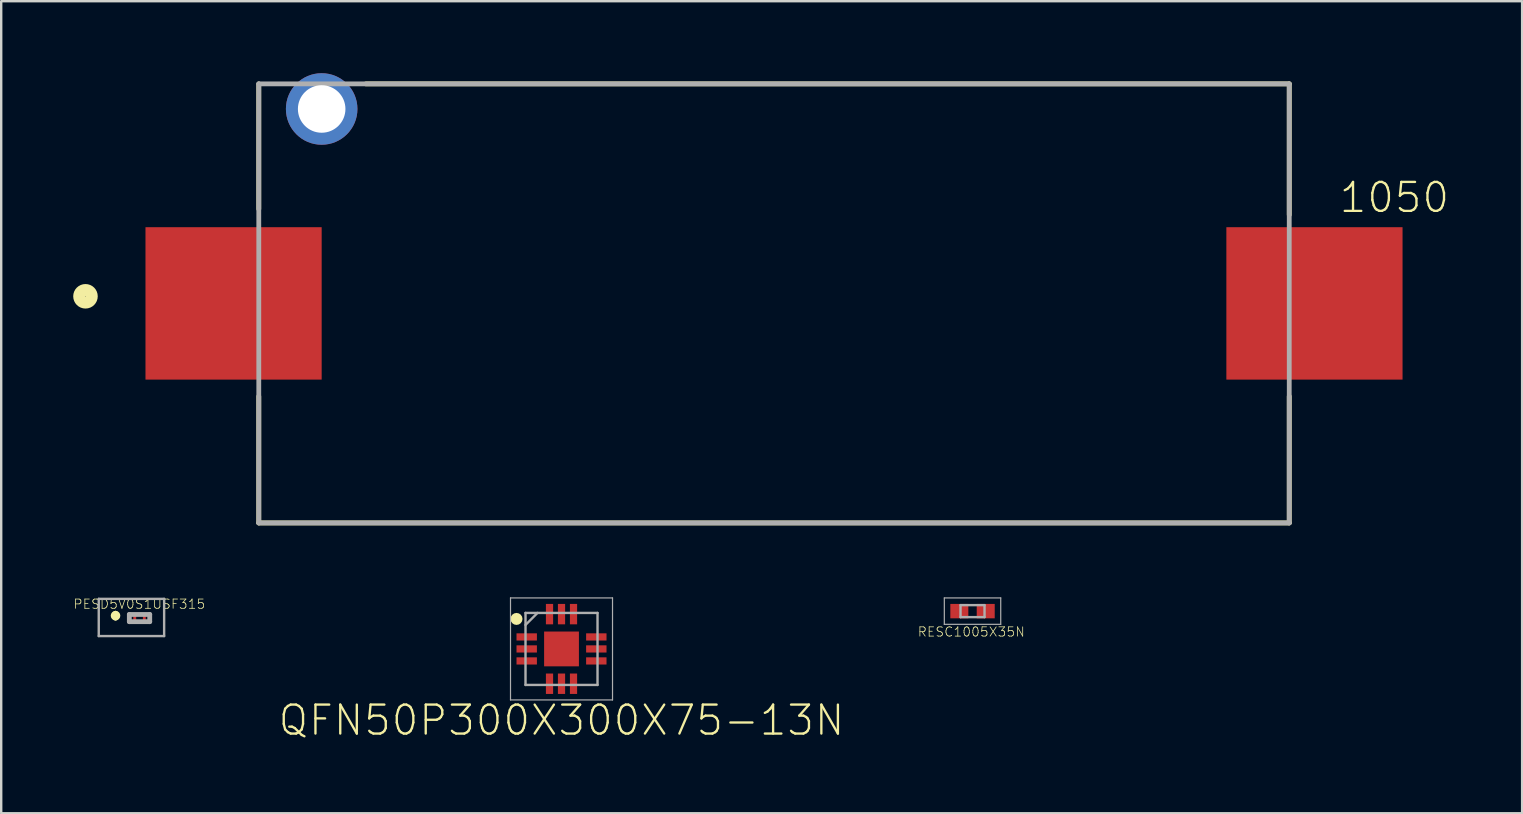
<source format=kicad_pcb>
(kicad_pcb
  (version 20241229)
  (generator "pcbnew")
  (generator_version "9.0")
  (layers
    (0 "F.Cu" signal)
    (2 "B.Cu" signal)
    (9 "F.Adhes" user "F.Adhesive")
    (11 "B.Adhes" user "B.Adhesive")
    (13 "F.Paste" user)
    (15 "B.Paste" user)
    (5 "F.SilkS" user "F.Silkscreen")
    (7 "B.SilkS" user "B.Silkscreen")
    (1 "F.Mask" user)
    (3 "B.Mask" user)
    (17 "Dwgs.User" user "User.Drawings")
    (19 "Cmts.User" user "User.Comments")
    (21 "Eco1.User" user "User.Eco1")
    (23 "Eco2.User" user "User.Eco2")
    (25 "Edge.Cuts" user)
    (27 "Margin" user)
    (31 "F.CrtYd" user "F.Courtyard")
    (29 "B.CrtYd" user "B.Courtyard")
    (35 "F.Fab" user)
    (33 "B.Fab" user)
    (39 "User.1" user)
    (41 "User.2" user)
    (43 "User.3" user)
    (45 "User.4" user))
  (footprint "1050"
    (layer "F.Cu")
    (at 29.196 9.59)
    (property "Reference" "1050" (at 25.845 -4.408 180) (layer "F.SilkS") (effects (font (size 1.206 1.206) (thickness 0.097))))
    (attr through_hole)
    (fp_line (start -21.465 -9.145) (end -21.465 -3.932) (stroke (width 0.2) (type solid)) (layer "F.SilkS"))
    (fp_line (start -21.465 9.145) (end -21.465 3.872) (stroke (width 0.2) (type solid)) (layer "F.SilkS"))
    (fp_line (start -21.465 9.145) (end 21.465 9.145) (stroke (width 0.2) (type solid)) (layer "F.SilkS"))
    (fp_line (start 21.465 -9.145) (end -17.003 -9.145) (stroke (width 0.2) (type solid)) (layer "F.SilkS"))
    (fp_line (start 21.465 -9.145) (end 21.465 -3.689) (stroke (width 0.2) (type solid)) (layer "F.SilkS"))
    (fp_line (start 21.465 9.145) (end 21.465 3.872) (stroke (width 0.2) (type solid)) (layer "F.SilkS"))
    (fp_circle (center -28.685 -0.296) (end -28.424 -0.296) (stroke (width 0.5) (type solid)) (fill no) (layer "F.SilkS"))
    (fp_line (start -21.465 -9.145) (end 21.465 -9.145) (stroke (width 0.2) (type solid)) (layer "F.Fab"))
    (fp_line (start -21.465 9.145) (end -21.465 -9.145) (stroke (width 0.2) (type solid)) (layer "F.Fab"))
    (fp_line (start 21.465 -9.145) (end 21.465 9.145) (stroke (width 0.2) (type solid)) (layer "F.Fab"))
    (fp_line (start 21.465 9.145) (end -21.465 9.145) (stroke (width 0.2) (type solid)) (layer "F.Fab"))
    (pad "1" smd rect (at -22.515 0) (size 7.34 6.35) (layers "F.Cu" "F.Mask" "F.Paste"))
    (pad "2" smd rect (at 22.515 0) (size 7.34 6.35) (layers "F.Cu" "F.Mask" "F.Paste"))
    (pad "3" thru_hole circle (at -18.845 -8.1) (size 2.98 2.98) (drill 1.98) (layers "*.Cu" "*.Mask")))
  (footprint "PESD5V0S1USF315"
    (layer "F.Cu")
    (at 2.426 22.674)
    (property "Reference" "PESD5V0S1USF315" (at 0.33 -0.559 180) (layer "F.SilkS") (effects (font (size 0.386 0.386) (thickness 0.031))))
    (attr through_hole)
    (fp_line (start -0.663 -0.175) (end -0.663 -0.175) (stroke (width 0.2) (type solid)) (layer "F.SilkS"))
    (fp_line (start -0.663 0.025) (end -0.663 0.025) (stroke (width 0.2) (type solid)) (layer "F.SilkS"))
    (fp_arc (start -0.663 -0.175) (mid -0.563 -0.075) (end -0.663 0.025) (stroke (width 0.2) (type solid)) (layer "F.SilkS"))
    (fp_arc (start -0.663 0.025) (mid -0.763 -0.075) (end -0.663 -0.175) (stroke (width 0.2) (type solid)) (layer "F.SilkS"))
    (fp_line (start -1.362 -0.775) (end 1.362 -0.775) (stroke (width 0.1) (type solid)) (layer "F.Fab"))
    (fp_line (start -1.362 0.775) (end -1.362 -0.775) (stroke (width 0.1) (type solid)) (layer "F.Fab"))
    (fp_line (start -0.088 -0.125) (end 0.762 -0.125) (stroke (width 0.2) (type solid)) (layer "F.Fab"))
    (fp_line (start -0.088 0.175) (end -0.088 -0.125) (stroke (width 0.2) (type solid)) (layer "F.Fab"))
    (fp_line (start 0.762 -0.125) (end 0.762 0.175) (stroke (width 0.2) (type solid)) (layer "F.Fab"))
    (fp_line (start 0.762 0.175) (end -0.088 0.175) (stroke (width 0.2) (type solid)) (layer "F.Fab"))
    (fp_line (start 1.362 -0.775) (end 1.362 0.775) (stroke (width 0.1) (type solid)) (layer "F.Fab"))
    (fp_line (start 1.362 0.775) (end -1.362 0.775) (stroke (width 0.1) (type solid)) (layer "F.Fab"))
    (pad "1" smd rect (at 0.137 0.025 90) (size 0.22 0.12) (layers "F.Cu" "F.Mask" "F.Paste"))
    (pad "2" smd rect (at 0.537 0.025 90) (size 0.22 0.12) (layers "F.Cu" "F.Mask" "F.Paste")))
  (footprint "RESC1005X35N"
    (layer "F.Cu")
    (at 37.466 22.41)
    (property "Reference" "RESC1005X35N" (at -0.051 0.864 180) (layer "F.SilkS") (effects (font (size 0.386 0.386) (thickness 0.031))))
    (attr through_hole)
    (fp_line (start -1.175 -0.55) (end 1.175 -0.55) (stroke (width 0.05) (type solid)) (layer "F.Fab"))
    (fp_line (start -1.175 0.55) (end -1.175 -0.55) (stroke (width 0.05) (type solid)) (layer "F.Fab"))
    (fp_line (start -0.5 -0.25) (end 0.5 -0.25) (stroke (width 0.1) (type solid)) (layer "F.Fab"))
    (fp_line (start -0.5 0.25) (end -0.5 -0.25) (stroke (width 0.1) (type solid)) (layer "F.Fab"))
    (fp_line (start 0.5 -0.25) (end 0.5 0.25) (stroke (width 0.1) (type solid)) (layer "F.Fab"))
    (fp_line (start 0.5 0.25) (end -0.5 0.25) (stroke (width 0.1) (type solid)) (layer "F.Fab"))
    (fp_line (start 1.175 -0.55) (end 1.175 0.55) (stroke (width 0.05) (type solid)) (layer "F.Fab"))
    (fp_line (start 1.175 0.55) (end -1.175 0.55) (stroke (width 0.05) (type solid)) (layer "F.Fab"))
    (pad "1" smd rect (at -0.55 0) (size 0.75 0.6) (layers "F.Cu" "F.Mask" "F.Paste"))
    (pad "2" smd rect (at 0.55 0) (size 0.75 0.6) (layers "F.Cu" "F.Mask" "F.Paste")))
  (footprint "QFN50P300X300X75-13N"
    (layer "F.Cu")
    (at 20.343 23.985)
    (property "Reference" "QFN50P300X300X75-13N" (at 0 2.972 0) (layer "F.SilkS") (effects (font (size 1.206 1.206) (thickness 0.097))))
    (attr through_hole)
    (fp_circle (center -1.875 -1.25) (end -1.75 -1.25) (stroke (width 0.25) (type solid)) (fill no) (layer "F.SilkS"))
    (fp_line (start -2.125 -2.125) (end 2.125 -2.125) (stroke (width 0.05) (type solid)) (layer "F.Fab"))
    (fp_line (start -2.125 2.125) (end -2.125 -2.125) (stroke (width 0.05) (type solid)) (layer "F.Fab"))
    (fp_line (start -1.5 -1.5) (end 1.5 -1.5) (stroke (width 0.1) (type solid)) (layer "F.Fab"))
    (fp_line (start -1.5 -1) (end -1 -1.5) (stroke (width 0.1) (type solid)) (layer "F.Fab"))
    (fp_line (start -1.5 1.5) (end -1.5 -1.5) (stroke (width 0.1) (type solid)) (layer "F.Fab"))
    (fp_line (start 1.5 -1.5) (end 1.5 1.5) (stroke (width 0.1) (type solid)) (layer "F.Fab"))
    (fp_line (start 1.5 1.5) (end -1.5 1.5) (stroke (width 0.1) (type solid)) (layer "F.Fab"))
    (fp_line (start 2.125 -2.125) (end 2.125 2.125) (stroke (width 0.05) (type solid)) (layer "F.Fab"))
    (fp_line (start 2.125 2.125) (end -2.125 2.125) (stroke (width 0.05) (type solid)) (layer "F.Fab"))
    (pad "1" smd rect (at -1.45 -0.5) (size 0.85 0.3) (layers "F.Cu" "F.Mask" "F.Paste"))
    (pad "2" smd rect (at -1.45 0) (size 0.85 0.3) (layers "F.Cu" "F.Mask" "F.Paste"))
    (pad "3" smd rect (at -1.45 0.5) (size 0.85 0.3) (layers "F.Cu" "F.Mask" "F.Paste"))
    (pad "4" smd rect (at -0.5 1.45 90) (size 0.85 0.3) (layers "F.Cu" "F.Mask" "F.Paste"))
    (pad "5" smd rect (at 0 1.45 90) (size 0.85 0.3) (layers "F.Cu" "F.Mask" "F.Paste"))
    (pad "6" smd rect (at 0.5 1.45 90) (size 0.85 0.3) (layers "F.Cu" "F.Mask" "F.Paste"))
    (pad "7" smd rect (at 1.45 0.5) (size 0.85 0.3) (layers "F.Cu" "F.Mask" "F.Paste"))
    (pad "8" smd rect (at 1.45 0) (size 0.85 0.3) (layers "F.Cu" "F.Mask" "F.Paste"))
    (pad "9" smd rect (at 1.45 -0.5) (size 0.85 0.3) (layers "F.Cu" "F.Mask" "F.Paste"))
    (pad "10" smd rect (at 0.5 -1.45 90) (size 0.85 0.3) (layers "F.Cu" "F.Mask" "F.Paste"))
    (pad "11" smd rect (at 0 -1.45 90) (size 0.85 0.3) (layers "F.Cu" "F.Mask" "F.Paste"))
    (pad "12" smd rect (at -0.5 -1.45 90) (size 0.85 0.3) (layers "F.Cu" "F.Mask" "F.Paste"))
    (pad "13" smd rect (at 0 0 90) (size 1.45 1.45) (layers "F.Cu" "F.Mask" "F.Paste")))
  (gr_rect
    (start -3 -3)
    (end 60.363 30.832)
    (stroke (width 0.1) (type default))
    (fill no)
    (layer "Edge.Cuts")))
</source>
